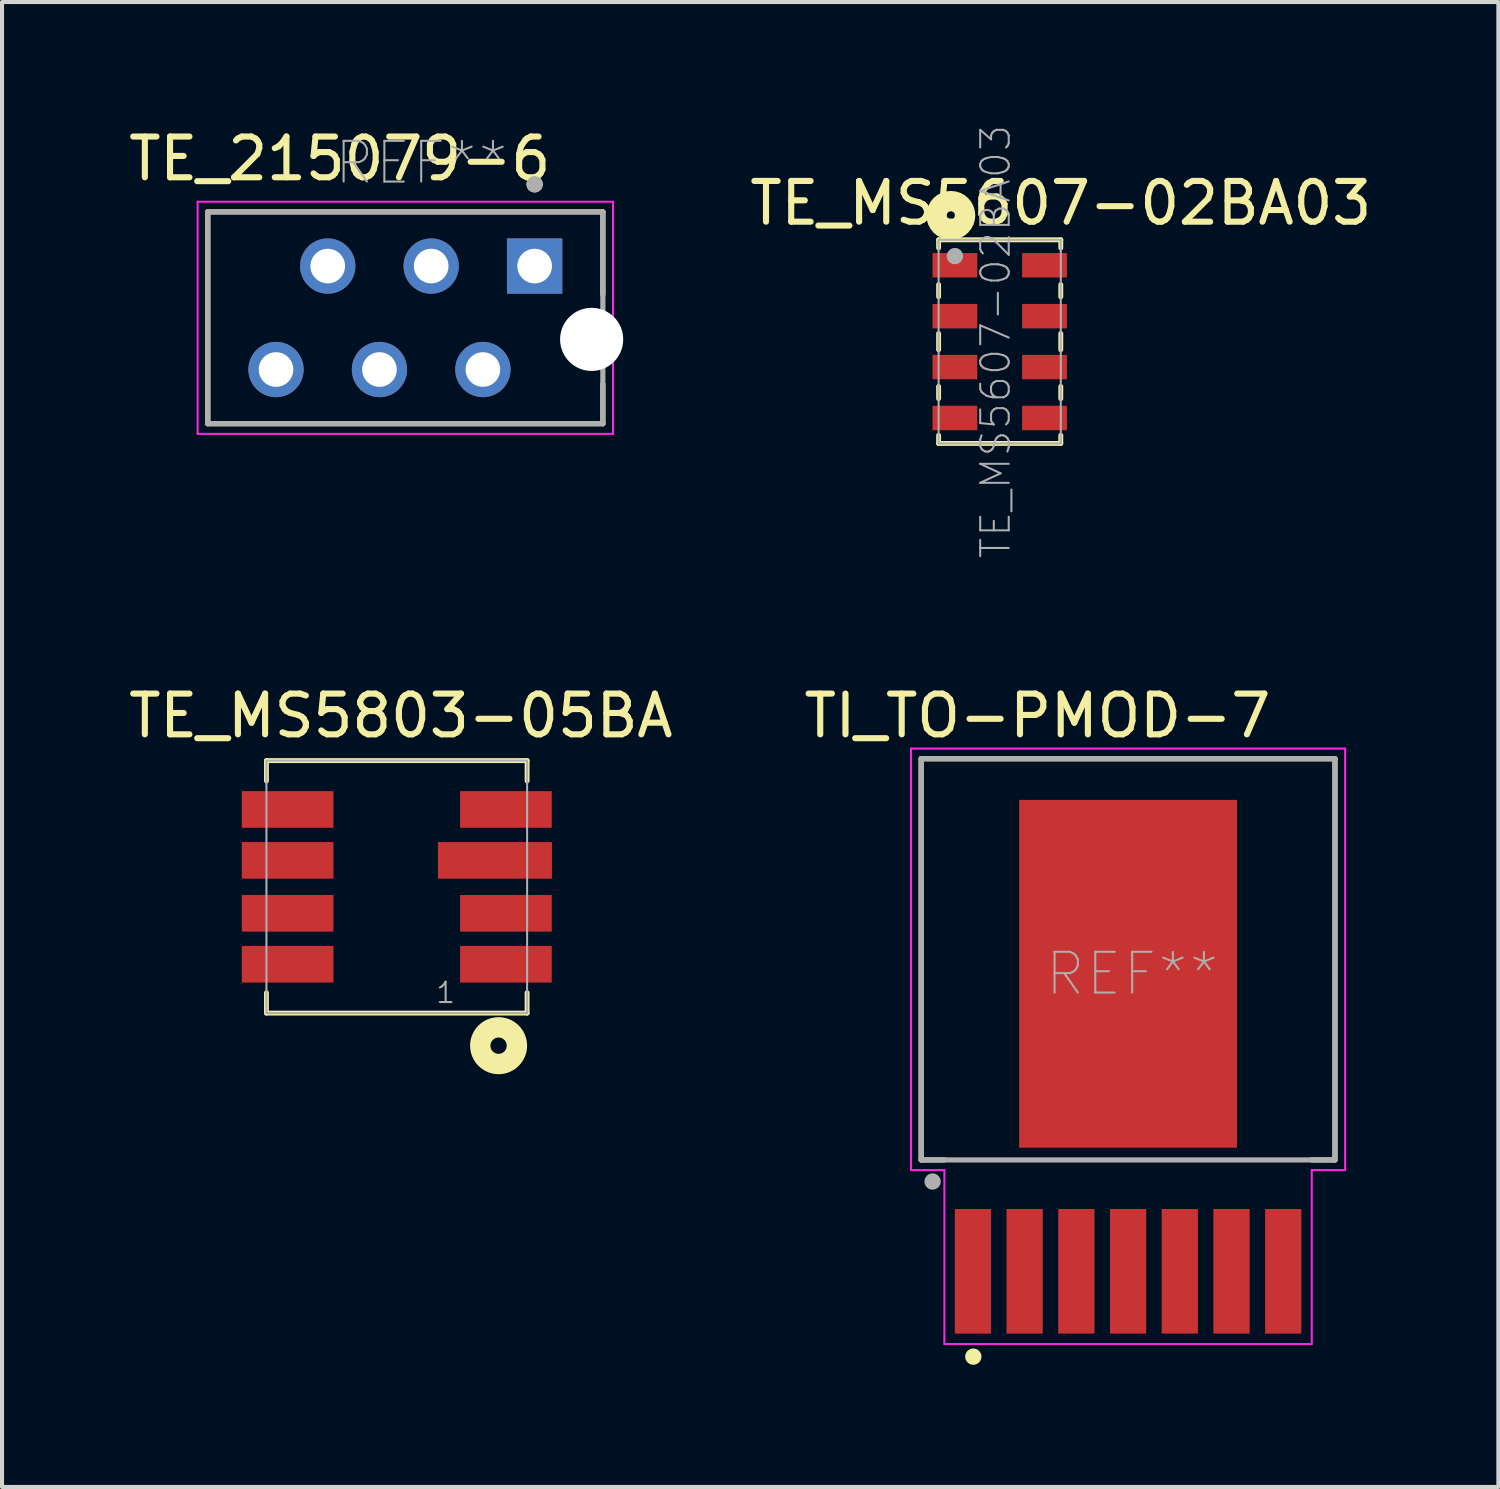
<source format=kicad_pcb>
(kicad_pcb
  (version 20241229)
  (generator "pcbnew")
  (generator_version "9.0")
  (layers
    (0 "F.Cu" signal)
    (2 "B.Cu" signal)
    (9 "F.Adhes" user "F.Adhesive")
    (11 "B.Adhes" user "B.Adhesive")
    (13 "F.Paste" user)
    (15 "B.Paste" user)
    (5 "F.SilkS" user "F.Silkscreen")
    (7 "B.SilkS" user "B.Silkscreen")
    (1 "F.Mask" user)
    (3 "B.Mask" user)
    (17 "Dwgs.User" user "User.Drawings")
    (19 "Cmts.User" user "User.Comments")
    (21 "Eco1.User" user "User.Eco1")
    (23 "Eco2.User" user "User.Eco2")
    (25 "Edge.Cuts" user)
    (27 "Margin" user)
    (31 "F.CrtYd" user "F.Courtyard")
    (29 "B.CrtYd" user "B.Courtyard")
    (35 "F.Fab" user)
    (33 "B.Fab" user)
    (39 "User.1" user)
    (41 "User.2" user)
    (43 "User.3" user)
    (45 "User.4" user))
  (footprint "TE_MS5803-05BA"
    (layer "F.Cu")
    (at 6.692 18.725)
    (property "Reference" "TE_MS5803-05BA" (at 0.1 -4.2 0) (layer "F.SilkS") (effects (font (size 1 1) (thickness 0.15))))
    (attr smd)
    (fp_line (start -3.2 -3.1) (end 3.2 -3.1) (stroke (width 0.12) (type solid)) (layer "F.SilkS"))
    (fp_line (start -3.2 -2.6) (end -3.2 -3.1) (stroke (width 0.12) (type solid)) (layer "F.SilkS"))
    (fp_line (start -3.2 3.1) (end -3.2 2.6) (stroke (width 0.12) (type solid)) (layer "F.SilkS"))
    (fp_line (start -3.2 3.1) (end 3.2 3.1) (stroke (width 0.12) (type solid)) (layer "F.SilkS"))
    (fp_line (start 3.2 -3.1) (end 3.2 -2.6) (stroke (width 0.12) (type solid)) (layer "F.SilkS"))
    (fp_line (start 3.2 3.1) (end 3.2 2.6) (stroke (width 0.12) (type solid)) (layer "F.SilkS"))
    (fp_circle (center 2.5 3.9) (end 2.7 3.9) (stroke (width 0.5) (type solid)) (fill no) (layer "F.SilkS"))
    (fp_line (start -3.2 -3.1) (end 3.2 -3.1) (stroke (width 0.05) (type solid)) (layer "F.Fab"))
    (fp_line (start -3.2 3.1) (end -3.2 -3.1) (stroke (width 0.05) (type solid)) (layer "F.Fab"))
    (fp_line (start 3.2 -3.1) (end 3.2 3.1) (stroke (width 0.05) (type solid)) (layer "F.Fab"))
    (fp_line (start 3.2 3.1) (end -3.2 3.1) (stroke (width 0.05) (type solid)) (layer "F.Fab"))
    (fp_text user "1" (at 1.2 2.6 0) (layer "F.Fab") (effects (font (size 0.5 0.5) (thickness 0.05))))
    (pad "1" smd rect (at 2.68 1.9) (size 2.25 0.9) (layers "F.Cu" "F.Mask" "F.Paste"))
    (pad "2" smd rect (at 2.68 0.65) (size 2.25 0.9) (layers "F.Cu" "F.Mask" "F.Paste"))
    (pad "3" smd rect (at 2.41 -0.65) (size 2.8 0.9) (layers "F.Cu" "F.Mask" "F.Paste"))
    (pad "4" smd rect (at 2.68 -1.9) (size 2.25 0.9) (layers "F.Cu" "F.Mask" "F.Paste"))
    (pad "5" smd rect (at -2.68 -1.9) (size 2.25 0.9) (layers "F.Cu" "F.Mask" "F.Paste"))
    (pad "6" smd rect (at -2.68 -0.65) (size 2.25 0.9) (layers "F.Cu" "F.Mask" "F.Paste"))
    (pad "7" smd rect (at -2.68 0.65) (size 2.25 0.9) (layers "F.Cu" "F.Mask" "F.Paste"))
    (pad "8" smd rect (at -2.68 1.9) (size 2.25 0.9) (layers "F.Cu" "F.Mask" "F.Paste")))
  (footprint "TE_MS5607-02BA03"
    (layer "F.Cu")
    (at 21.496 5.338)
    (property "Reference" "TE_MS5607-02BA03" (at 1.5 -3.4 0) (layer "F.SilkS") (effects (font (size 1 1) (thickness 0.15))))
    (attr smd)
    (fp_line (start -1.5 -2.5) (end 1.5 -2.5) (stroke (width 0.12) (type solid)) (layer "F.SilkS"))
    (fp_line (start -1.5 -2.3) (end -1.5 -2.5) (stroke (width 0.12) (type solid)) (layer "F.SilkS"))
    (fp_line (start -1.5 -1.4) (end -1.5 -1.1) (stroke (width 0.12) (type solid)) (layer "F.SilkS"))
    (fp_line (start -1.5 -0.2) (end -1.5 0.2) (stroke (width 0.12) (type solid)) (layer "F.SilkS"))
    (fp_line (start -1.5 1.1) (end -1.5 1.4) (stroke (width 0.12) (type solid)) (layer "F.SilkS"))
    (fp_line (start -1.5 2.3) (end -1.5 2.5) (stroke (width 0.12) (type solid)) (layer "F.SilkS"))
    (fp_line (start -1.5 2.5) (end 1.5 2.5) (stroke (width 0.12) (type solid)) (layer "F.SilkS"))
    (fp_line (start 1.5 -2.5) (end 1.5 -2.3) (stroke (width 0.12) (type solid)) (layer "F.SilkS"))
    (fp_line (start 1.5 -1.4) (end 1.5 -1.1) (stroke (width 0.12) (type solid)) (layer "F.SilkS"))
    (fp_line (start 1.5 -0.2) (end 1.5 0.2) (stroke (width 0.12) (type solid)) (layer "F.SilkS"))
    (fp_line (start 1.5 1.1) (end 1.5 1.4) (stroke (width 0.12) (type solid)) (layer "F.SilkS"))
    (fp_line (start 1.5 2.5) (end 1.5 2.3) (stroke (width 0.12) (type solid)) (layer "F.SilkS"))
    (fp_circle (center -1.2 -3.1) (end -1.1 -3.1) (stroke (width 0.5) (type solid)) (fill no) (layer "F.SilkS"))
    (fp_line (start -1.5 -2.5) (end 1.5 -2.5) (stroke (width 0.05) (type solid)) (layer "F.Fab"))
    (fp_line (start -1.5 2.5) (end -1.5 -2.5) (stroke (width 0.05) (type solid)) (layer "F.Fab"))
    (fp_line (start 1.5 -2.5) (end 1.5 2.5) (stroke (width 0.05) (type solid)) (layer "F.Fab"))
    (fp_line (start 1.5 2.5) (end -1.5 2.5) (stroke (width 0.05) (type solid)) (layer "F.Fab"))
    (fp_circle (center -1.1 -2.1) (end -1 -2.1) (stroke (width 0.2) (type solid)) (fill no) (layer "F.Fab"))
    (fp_text user "${REFERENCE}" (at -0.1 0 90) (layer "F.Fab") (effects (font (size 0.7 0.7) (thickness 0.05))))
    (pad "1" smd rect (at -1.1 -1.875) (size 1.1 0.6) (layers "F.Cu" "F.Mask" "F.Paste"))
    (pad "2" smd rect (at -1.1 -0.625) (size 1.1 0.6) (layers "F.Cu" "F.Mask" "F.Paste"))
    (pad "3" smd rect (at -1.1 0.625) (size 1.1 0.6) (layers "F.Cu" "F.Mask" "F.Paste"))
    (pad "4" smd rect (at -1.1 1.875) (size 1.1 0.6) (layers "F.Cu" "F.Mask" "F.Paste"))
    (pad "5" smd rect (at 1.1 1.875) (size 1.1 0.6) (layers "F.Cu" "F.Mask" "F.Paste"))
    (pad "6" smd rect (at 1.1 0.625) (size 1.1 0.6) (layers "F.Cu" "F.Mask" "F.Paste"))
    (pad "7" smd rect (at 1.1 -0.625) (size 1.1 0.6) (layers "F.Cu" "F.Mask" "F.Paste"))
    (pad "8" smd rect (at 1.1 -1.875) (size 1.1 0.6) (layers "F.Cu" "F.Mask" "F.Paste")))
  (footprint "TE_215079-6"
    (layer "F.Cu")
    (at 10.077 3.483)
    (property "Reference" "TE_215079-6" (at -4.785 -2.635 0) (layer "F.SilkS") (effects (font (size 1 1) (thickness 0.15))))
    (attr through_hole)
    (fp_line (start -8.025 -1.33) (end 1.675 -1.33) (stroke (width 0.127) (type solid)) (layer "F.SilkS"))
    (fp_line (start -8.025 3.87) (end -8.025 -1.33) (stroke (width 0.127) (type solid)) (layer "F.SilkS"))
    (fp_line (start 1.675 -1.33) (end 1.675 0.7) (stroke (width 0.127) (type solid)) (layer "F.SilkS"))
    (fp_line (start 1.675 2.9) (end 1.675 3.87) (stroke (width 0.127) (type solid)) (layer "F.SilkS"))
    (fp_line (start 1.675 3.87) (end -8.025 3.87) (stroke (width 0.127) (type solid)) (layer "F.SilkS"))
    (fp_circle (center 0 -2.008) (end 0.1 -2.008) (stroke (width 0.2) (type solid)) (fill no) (layer "F.SilkS"))
    (fp_line (start -8.275 -1.58) (end 1.925 -1.58) (stroke (width 0.05) (type solid)) (layer "F.CrtYd"))
    (fp_line (start -8.275 4.12) (end -8.275 -1.58) (stroke (width 0.05) (type solid)) (layer "F.CrtYd"))
    (fp_line (start 1.925 -1.58) (end 1.925 4.12) (stroke (width 0.05) (type solid)) (layer "F.CrtYd"))
    (fp_line (start 1.925 4.12) (end -8.275 4.12) (stroke (width 0.05) (type solid)) (layer "F.CrtYd"))
    (fp_line (start -8.025 -1.33) (end 1.675 -1.33) (stroke (width 0.127) (type solid)) (layer "F.Fab"))
    (fp_line (start -8.025 3.87) (end -8.025 -1.33) (stroke (width 0.127) (type solid)) (layer "F.Fab"))
    (fp_line (start 1.675 -1.33) (end 1.675 3.87) (stroke (width 0.127) (type solid)) (layer "F.Fab"))
    (fp_line (start 1.675 3.87) (end -8.025 3.87) (stroke (width 0.127) (type solid)) (layer "F.Fab"))
    (fp_circle (center 0 -2.008) (end 0.1 -2.008) (stroke (width 0.2) (type solid)) (fill no) (layer "F.Fab"))
    (fp_text user "REF**" (at -2.785 -2.535 0) (layer "F.Fab") (effects (font (size 1 1) (thickness 0.05))))
    (pad "" np_thru_hole circle (at 1.4 1.8) (size 1.55 1.55) (drill 1.55) (layers "*.Cu" "*.Mask"))
    (pad "1" thru_hole rect (at 0 0) (size 1.358 1.358) (drill 0.85) (layers "*.Cu" "*.Mask"))
    (pad "2" thru_hole circle (at -1.27 2.54) (size 1.358 1.358) (drill 0.85) (layers "*.Cu" "*.Mask"))
    (pad "3" thru_hole circle (at -2.54 0) (size 1.358 1.358) (drill 0.85) (layers "*.Cu" "*.Mask"))
    (pad "4" thru_hole circle (at -3.81 2.54) (size 1.358 1.358) (drill 0.85) (layers "*.Cu" "*.Mask"))
    (pad "5" thru_hole circle (at -5.08 0) (size 1.358 1.358) (drill 0.85) (layers "*.Cu" "*.Mask"))
    (pad "6" thru_hole circle (at -6.35 2.54) (size 1.358 1.358) (drill 0.85) (layers "*.Cu" "*.Mask")))
  (footprint "TI_TO-PMOD-7"
    (layer "F.Cu")
    (at 24.648 20.86)
    (property "Reference" "TI_TO-PMOD-7" (at -2.225 -6.335 0) (layer "F.SilkS") (effects (font (size 1 1) (thickness 0.15))))
    (attr through_hole)
    (fp_line (start -5.08 -5.28) (end 5.08 -5.28) (stroke (width 0.127) (type solid)) (layer "F.SilkS"))
    (fp_line (start -5.08 4.57) (end -5.08 -5.28) (stroke (width 0.127) (type solid)) (layer "F.SilkS"))
    (fp_line (start -5.08 4.57) (end -4.51 4.57) (stroke (width 0.127) (type solid)) (layer "F.SilkS"))
    (fp_line (start 5.08 -5.28) (end 5.08 4.57) (stroke (width 0.127) (type solid)) (layer "F.SilkS"))
    (fp_line (start 5.08 4.57) (end 4.51 4.57) (stroke (width 0.127) (type solid)) (layer "F.SilkS"))
    (fp_circle (center -3.8 9.4) (end -3.7 9.4) (stroke (width 0.2) (type solid)) (fill no) (layer "F.SilkS"))
    (fp_poly (pts (xy -1.69 -2.7) (xy 1.69 -2.7) (xy 1.69 2.7) (xy -1.69 2.7)) (stroke (width 0.01) (type solid)) (fill yes) (layer "F.Paste"))
    (fp_line (start -5.33 -5.53) (end 5.33 -5.53) (stroke (width 0.05) (type solid)) (layer "F.CrtYd"))
    (fp_line (start -5.33 4.82) (end -5.33 -5.53) (stroke (width 0.05) (type solid)) (layer "F.CrtYd"))
    (fp_line (start -4.51 4.82) (end -5.33 4.82) (stroke (width 0.05) (type solid)) (layer "F.CrtYd"))
    (fp_line (start -4.51 9.09) (end -4.51 4.82) (stroke (width 0.05) (type solid)) (layer "F.CrtYd"))
    (fp_line (start 4.51 4.82) (end 4.51 9.09) (stroke (width 0.05) (type solid)) (layer "F.CrtYd"))
    (fp_line (start 4.51 9.09) (end -4.51 9.09) (stroke (width 0.05) (type solid)) (layer "F.CrtYd"))
    (fp_line (start 5.33 -5.53) (end 5.33 4.82) (stroke (width 0.05) (type solid)) (layer "F.CrtYd"))
    (fp_line (start 5.33 4.82) (end 4.51 4.82) (stroke (width 0.05) (type solid)) (layer "F.CrtYd"))
    (fp_line (start -5.08 -5.28) (end 5.08 -5.28) (stroke (width 0.127) (type solid)) (layer "F.Fab"))
    (fp_line (start -5.08 4.57) (end -5.08 -5.28) (stroke (width 0.127) (type solid)) (layer "F.Fab"))
    (fp_line (start 5.08 -5.28) (end 5.08 4.57) (stroke (width 0.127) (type solid)) (layer "F.Fab"))
    (fp_line (start 5.08 4.57) (end -5.08 4.57) (stroke (width 0.127) (type solid)) (layer "F.Fab"))
    (fp_circle (center -4.8 5.1) (end -4.7 5.1) (stroke (width 0.2) (type solid)) (fill no) (layer "F.Fab"))
    (fp_text user "REF**" (at 0.1 0 0) (layer "F.Fab") (effects (font (size 1 1) (thickness 0.05))))
    (pad "1" smd rect (at -3.81 7.305) (size 0.89 3.06) (layers "F.Cu" "F.Mask" "F.Paste"))
    (pad "2" smd rect (at -2.54 7.305) (size 0.89 3.06) (layers "F.Cu" "F.Mask" "F.Paste"))
    (pad "3" smd rect (at -1.27 7.305) (size 0.89 3.06) (layers "F.Cu" "F.Mask" "F.Paste"))
    (pad "4" smd rect (at 0 7.305) (size 0.89 3.06) (layers "F.Cu" "F.Mask" "F.Paste"))
    (pad "5" smd rect (at 1.27 7.305) (size 0.89 3.06) (layers "F.Cu" "F.Mask" "F.Paste"))
    (pad "6" smd rect (at 2.54 7.305) (size 0.89 3.06) (layers "F.Cu" "F.Mask" "F.Paste"))
    (pad "7" smd rect (at 3.81 7.305) (size 0.89 3.06) (layers "F.Cu" "F.Mask" "F.Paste"))
    (pad "8" smd rect (at 0 0) (size 5.35 8.54) (layers "F.Cu" "F.Mask")))
  (gr_rect
    (start -3 -3)
    (end 33.74 33.46)
    (stroke (width 0.1) (type default))
    (fill no)
    (layer "Edge.Cuts")))
</source>
